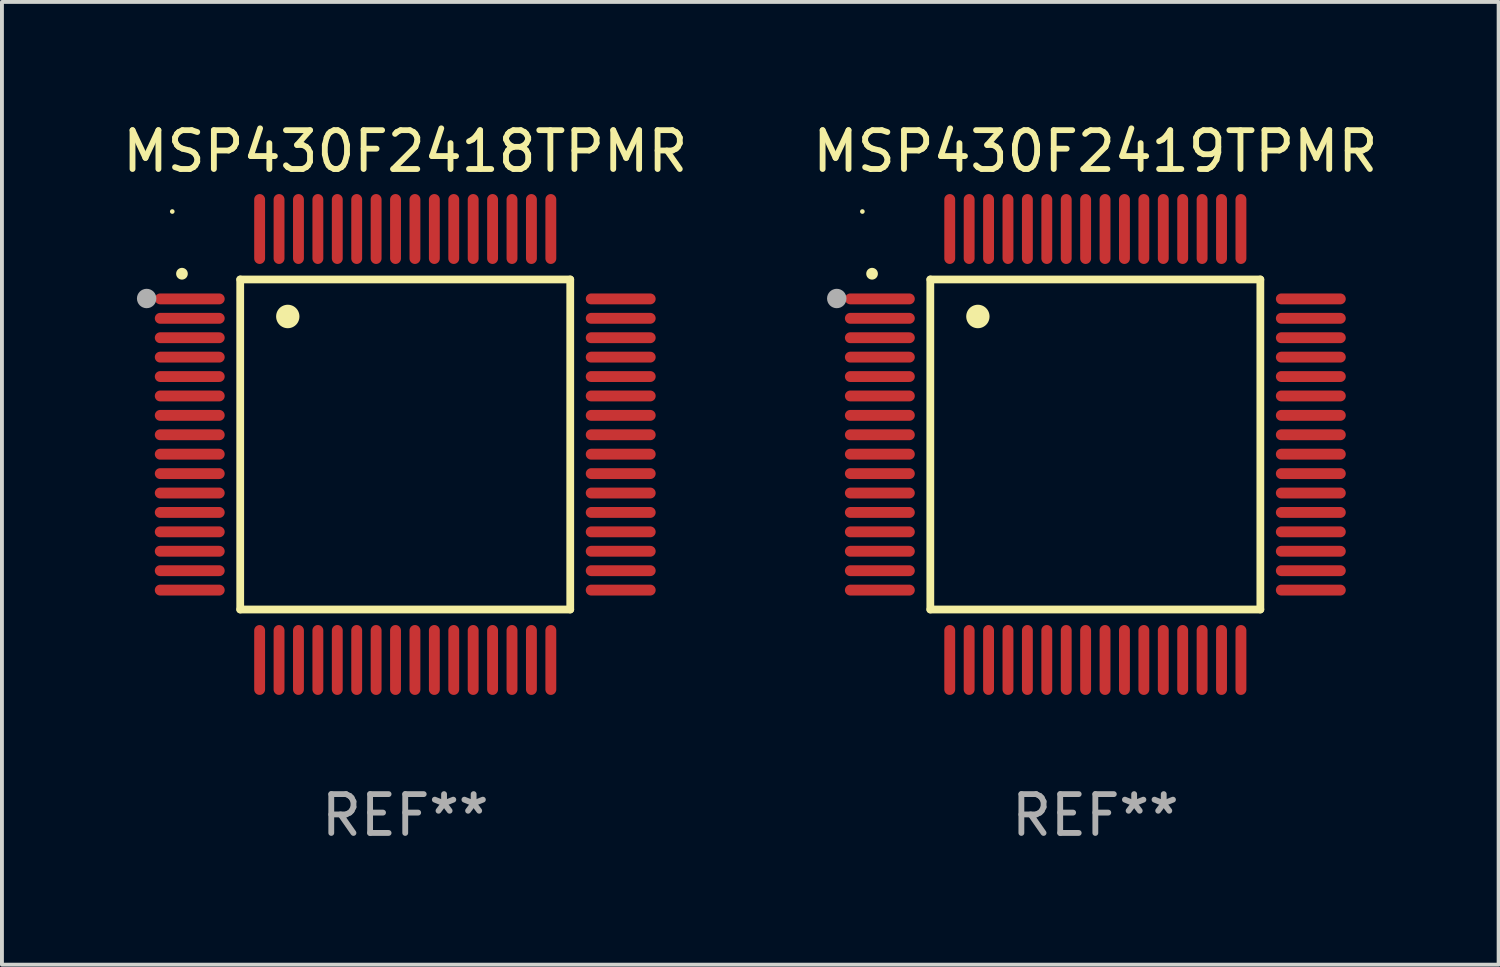
<source format=kicad_pcb>
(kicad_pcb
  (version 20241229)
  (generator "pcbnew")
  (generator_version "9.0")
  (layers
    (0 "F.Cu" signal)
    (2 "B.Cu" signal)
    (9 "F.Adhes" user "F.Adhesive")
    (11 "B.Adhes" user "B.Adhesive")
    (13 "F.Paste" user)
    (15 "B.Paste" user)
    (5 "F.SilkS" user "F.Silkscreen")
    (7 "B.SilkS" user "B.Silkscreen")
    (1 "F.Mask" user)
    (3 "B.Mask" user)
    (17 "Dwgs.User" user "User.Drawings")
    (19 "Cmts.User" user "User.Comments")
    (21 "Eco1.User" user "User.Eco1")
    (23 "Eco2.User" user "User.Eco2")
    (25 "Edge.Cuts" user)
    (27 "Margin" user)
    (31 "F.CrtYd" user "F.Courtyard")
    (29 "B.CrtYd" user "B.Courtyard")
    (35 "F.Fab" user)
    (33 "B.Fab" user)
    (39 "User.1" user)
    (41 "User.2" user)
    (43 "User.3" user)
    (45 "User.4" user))
  (footprint "MSP430F2419TPMR"
    (layer "F.Cu")
    (at 25.161 8.398)
    (property "Reference" "MSP430F2419TPMR" (at 0 -7.55 0) (layer "F.SilkS") (effects (font (size 1 1) (thickness 0.15))))
    (attr through_hole)
    (fp_line (start -4.25 -4.25) (end -4.25 4.25) (stroke (width 0.2) (type solid)) (layer "F.SilkS"))
    (fp_line (start -4.25 4.25) (end 4.25 4.25) (stroke (width 0.2) (type solid)) (layer "F.SilkS"))
    (fp_line (start 4.25 -4.25) (end -4.25 -4.25) (stroke (width 0.2) (type solid)) (layer "F.SilkS"))
    (fp_line (start 4.25 4.25) (end 4.25 -4.25) (stroke (width 0.2) (type solid)) (layer "F.SilkS"))
    (fp_arc (start -5.750572 -4.396749) (mid -5.750577 -4.398019) (end -5.750572 -4.399289) (stroke (width 0.3) (type solid)) (layer "F.SilkS"))
    (fp_arc (start -3.025146 -3.294387) (mid -3.025157 -3.296927) (end -3.025146 -3.299467) (stroke (width 0.6) (type solid)) (layer "F.SilkS"))
    (fp_circle (center -6 -6) (end -5.97 -6) (stroke (width 0.06) (type solid)) (fill no) (layer "F.SilkS"))
    (fp_circle (center -6.66 -3.76) (end -6.535 -3.76) (stroke (width 0.25) (type solid)) (fill no) (layer "F.Fab"))
    (fp_text user "REF**" (at 0 9.55 0) (layer "F.Fab") (effects (font (size 1 1) (thickness 0.15))))
    (pad "1" smd oval (at -5.55 -3.75) (size 1.8 0.28) (layers "F.Cu" "F.Mask" "F.Paste"))
    (pad "2" smd oval (at -5.55 -3.25) (size 1.8 0.28) (layers "F.Cu" "F.Mask" "F.Paste"))
    (pad "3" smd oval (at -5.55 -2.75) (size 1.8 0.28) (layers "F.Cu" "F.Mask" "F.Paste"))
    (pad "4" smd oval (at -5.55 -2.25) (size 1.8 0.28) (layers "F.Cu" "F.Mask" "F.Paste"))
    (pad "5" smd oval (at -5.55 -1.75) (size 1.8 0.28) (layers "F.Cu" "F.Mask" "F.Paste"))
    (pad "6" smd oval (at -5.55 -1.25) (size 1.8 0.28) (layers "F.Cu" "F.Mask" "F.Paste"))
    (pad "7" smd oval (at -5.55 -0.75) (size 1.8 0.28) (layers "F.Cu" "F.Mask" "F.Paste"))
    (pad "8" smd oval (at -5.55 -0.25) (size 1.8 0.28) (layers "F.Cu" "F.Mask" "F.Paste"))
    (pad "9" smd oval (at -5.55 0.25) (size 1.8 0.28) (layers "F.Cu" "F.Mask" "F.Paste"))
    (pad "10" smd oval (at -5.55 0.75) (size 1.8 0.28) (layers "F.Cu" "F.Mask" "F.Paste"))
    (pad "11" smd oval (at -5.55 1.25) (size 1.8 0.28) (layers "F.Cu" "F.Mask" "F.Paste"))
    (pad "12" smd oval (at -5.55 1.75) (size 1.8 0.28) (layers "F.Cu" "F.Mask" "F.Paste"))
    (pad "13" smd oval (at -5.55 2.25) (size 1.8 0.28) (layers "F.Cu" "F.Mask" "F.Paste"))
    (pad "14" smd oval (at -5.55 2.75) (size 1.8 0.28) (layers "F.Cu" "F.Mask" "F.Paste"))
    (pad "15" smd oval (at -5.55 3.25) (size 1.8 0.28) (layers "F.Cu" "F.Mask" "F.Paste"))
    (pad "16" smd oval (at -5.55 3.75) (size 1.8 0.28) (layers "F.Cu" "F.Mask" "F.Paste"))
    (pad "17" smd oval (at -3.75 5.55) (size 0.28 1.8) (layers "F.Cu" "F.Mask" "F.Paste"))
    (pad "18" smd oval (at -3.25 5.55) (size 0.28 1.8) (layers "F.Cu" "F.Mask" "F.Paste"))
    (pad "19" smd oval (at -2.75 5.55) (size 0.28 1.8) (layers "F.Cu" "F.Mask" "F.Paste"))
    (pad "20" smd oval (at -2.25 5.55) (size 0.28 1.8) (layers "F.Cu" "F.Mask" "F.Paste"))
    (pad "21" smd oval (at -1.75 5.55) (size 0.28 1.8) (layers "F.Cu" "F.Mask" "F.Paste"))
    (pad "22" smd oval (at -1.25 5.55) (size 0.28 1.8) (layers "F.Cu" "F.Mask" "F.Paste"))
    (pad "23" smd oval (at -0.75 5.55) (size 0.28 1.8) (layers "F.Cu" "F.Mask" "F.Paste"))
    (pad "24" smd oval (at -0.25 5.55) (size 0.28 1.8) (layers "F.Cu" "F.Mask" "F.Paste"))
    (pad "25" smd oval (at 0.25 5.55) (size 0.28 1.8) (layers "F.Cu" "F.Mask" "F.Paste"))
    (pad "26" smd oval (at 0.75 5.55) (size 0.28 1.8) (layers "F.Cu" "F.Mask" "F.Paste"))
    (pad "27" smd oval (at 1.25 5.55) (size 0.28 1.8) (layers "F.Cu" "F.Mask" "F.Paste"))
    (pad "28" smd oval (at 1.75 5.55) (size 0.28 1.8) (layers "F.Cu" "F.Mask" "F.Paste"))
    (pad "29" smd oval (at 2.25 5.55) (size 0.28 1.8) (layers "F.Cu" "F.Mask" "F.Paste"))
    (pad "30" smd oval (at 2.75 5.55) (size 0.28 1.8) (layers "F.Cu" "F.Mask" "F.Paste"))
    (pad "31" smd oval (at 3.25 5.55) (size 0.28 1.8) (layers "F.Cu" "F.Mask" "F.Paste"))
    (pad "32" smd oval (at 3.75 5.55) (size 0.28 1.8) (layers "F.Cu" "F.Mask" "F.Paste"))
    (pad "33" smd oval (at 5.55 3.75) (size 1.8 0.28) (layers "F.Cu" "F.Mask" "F.Paste"))
    (pad "34" smd oval (at 5.55 3.25) (size 1.8 0.28) (layers "F.Cu" "F.Mask" "F.Paste"))
    (pad "35" smd oval (at 5.55 2.75) (size 1.8 0.28) (layers "F.Cu" "F.Mask" "F.Paste"))
    (pad "36" smd oval (at 5.55 2.25) (size 1.8 0.28) (layers "F.Cu" "F.Mask" "F.Paste"))
    (pad "37" smd oval (at 5.55 1.75) (size 1.8 0.28) (layers "F.Cu" "F.Mask" "F.Paste"))
    (pad "38" smd oval (at 5.55 1.25) (size 1.8 0.28) (layers "F.Cu" "F.Mask" "F.Paste"))
    (pad "39" smd oval (at 5.55 0.75) (size 1.8 0.28) (layers "F.Cu" "F.Mask" "F.Paste"))
    (pad "40" smd oval (at 5.55 0.25) (size 1.8 0.28) (layers "F.Cu" "F.Mask" "F.Paste"))
    (pad "41" smd oval (at 5.55 -0.25) (size 1.8 0.28) (layers "F.Cu" "F.Mask" "F.Paste"))
    (pad "42" smd oval (at 5.55 -0.75) (size 1.8 0.28) (layers "F.Cu" "F.Mask" "F.Paste"))
    (pad "43" smd oval (at 5.55 -1.25) (size 1.8 0.28) (layers "F.Cu" "F.Mask" "F.Paste"))
    (pad "44" smd oval (at 5.55 -1.75) (size 1.8 0.28) (layers "F.Cu" "F.Mask" "F.Paste"))
    (pad "45" smd oval (at 5.55 -2.25) (size 1.8 0.28) (layers "F.Cu" "F.Mask" "F.Paste"))
    (pad "46" smd oval (at 5.55 -2.75) (size 1.8 0.28) (layers "F.Cu" "F.Mask" "F.Paste"))
    (pad "47" smd oval (at 5.55 -3.25) (size 1.8 0.28) (layers "F.Cu" "F.Mask" "F.Paste"))
    (pad "48" smd oval (at 5.55 -3.75) (size 1.8 0.28) (layers "F.Cu" "F.Mask" "F.Paste"))
    (pad "49" smd oval (at 3.75 -5.55) (size 0.28 1.8) (layers "F.Cu" "F.Mask" "F.Paste"))
    (pad "50" smd oval (at 3.25 -5.55) (size 0.28 1.8) (layers "F.Cu" "F.Mask" "F.Paste"))
    (pad "51" smd oval (at 2.75 -5.55) (size 0.28 1.8) (layers "F.Cu" "F.Mask" "F.Paste"))
    (pad "52" smd oval (at 2.25 -5.55) (size 0.28 1.8) (layers "F.Cu" "F.Mask" "F.Paste"))
    (pad "53" smd oval (at 1.75 -5.55) (size 0.28 1.8) (layers "F.Cu" "F.Mask" "F.Paste"))
    (pad "54" smd oval (at 1.25 -5.55) (size 0.28 1.8) (layers "F.Cu" "F.Mask" "F.Paste"))
    (pad "55" smd oval (at 0.75 -5.55) (size 0.28 1.8) (layers "F.Cu" "F.Mask" "F.Paste"))
    (pad "56" smd oval (at 0.25 -5.55) (size 0.28 1.8) (layers "F.Cu" "F.Mask" "F.Paste"))
    (pad "57" smd oval (at -0.25 -5.55) (size 0.28 1.8) (layers "F.Cu" "F.Mask" "F.Paste"))
    (pad "58" smd oval (at -0.75 -5.55) (size 0.28 1.8) (layers "F.Cu" "F.Mask" "F.Paste"))
    (pad "59" smd oval (at -1.25 -5.55) (size 0.28 1.8) (layers "F.Cu" "F.Mask" "F.Paste"))
    (pad "60" smd oval (at -1.75 -5.55) (size 0.28 1.8) (layers "F.Cu" "F.Mask" "F.Paste"))
    (pad "61" smd oval (at -2.25 -5.55) (size 0.28 1.8) (layers "F.Cu" "F.Mask" "F.Paste"))
    (pad "62" smd oval (at -2.75 -5.55) (size 0.28 1.8) (layers "F.Cu" "F.Mask" "F.Paste"))
    (pad "63" smd oval (at -3.25 -5.55) (size 0.28 1.8) (layers "F.Cu" "F.Mask" "F.Paste"))
    (pad "64" smd oval (at -3.75 -5.55) (size 0.28 1.8) (layers "F.Cu" "F.Mask" "F.Paste")))
  (footprint "MSP430F2418TPMR"
    (layer "F.Cu")
    (at 7.387 8.398)
    (property "Reference" "MSP430F2418TPMR" (at 0 -7.55 0) (layer "F.SilkS") (effects (font (size 1 1) (thickness 0.15))))
    (attr through_hole)
    (fp_line (start -4.25 -4.25) (end -4.25 4.25) (stroke (width 0.2) (type solid)) (layer "F.SilkS"))
    (fp_line (start -4.25 4.25) (end 4.25 4.25) (stroke (width 0.2) (type solid)) (layer "F.SilkS"))
    (fp_line (start 4.25 -4.25) (end -4.25 -4.25) (stroke (width 0.2) (type solid)) (layer "F.SilkS"))
    (fp_line (start 4.25 4.25) (end 4.25 -4.25) (stroke (width 0.2) (type solid)) (layer "F.SilkS"))
    (fp_arc (start -5.750572 -4.396749) (mid -5.750577 -4.398019) (end -5.750572 -4.399289) (stroke (width 0.3) (type solid)) (layer "F.SilkS"))
    (fp_arc (start -3.025146 -3.294387) (mid -3.025157 -3.296927) (end -3.025146 -3.299467) (stroke (width 0.6) (type solid)) (layer "F.SilkS"))
    (fp_circle (center -6 -6) (end -5.97 -6) (stroke (width 0.06) (type solid)) (fill no) (layer "F.SilkS"))
    (fp_circle (center -6.66 -3.76) (end -6.535 -3.76) (stroke (width 0.25) (type solid)) (fill no) (layer "F.Fab"))
    (fp_text user "REF**" (at 0 9.55 0) (layer "F.Fab") (effects (font (size 1 1) (thickness 0.15))))
    (pad "1" smd oval (at -5.55 -3.75) (size 1.8 0.28) (layers "F.Cu" "F.Mask" "F.Paste"))
    (pad "2" smd oval (at -5.55 -3.25) (size 1.8 0.28) (layers "F.Cu" "F.Mask" "F.Paste"))
    (pad "3" smd oval (at -5.55 -2.75) (size 1.8 0.28) (layers "F.Cu" "F.Mask" "F.Paste"))
    (pad "4" smd oval (at -5.55 -2.25) (size 1.8 0.28) (layers "F.Cu" "F.Mask" "F.Paste"))
    (pad "5" smd oval (at -5.55 -1.75) (size 1.8 0.28) (layers "F.Cu" "F.Mask" "F.Paste"))
    (pad "6" smd oval (at -5.55 -1.25) (size 1.8 0.28) (layers "F.Cu" "F.Mask" "F.Paste"))
    (pad "7" smd oval (at -5.55 -0.75) (size 1.8 0.28) (layers "F.Cu" "F.Mask" "F.Paste"))
    (pad "8" smd oval (at -5.55 -0.25) (size 1.8 0.28) (layers "F.Cu" "F.Mask" "F.Paste"))
    (pad "9" smd oval (at -5.55 0.25) (size 1.8 0.28) (layers "F.Cu" "F.Mask" "F.Paste"))
    (pad "10" smd oval (at -5.55 0.75) (size 1.8 0.28) (layers "F.Cu" "F.Mask" "F.Paste"))
    (pad "11" smd oval (at -5.55 1.25) (size 1.8 0.28) (layers "F.Cu" "F.Mask" "F.Paste"))
    (pad "12" smd oval (at -5.55 1.75) (size 1.8 0.28) (layers "F.Cu" "F.Mask" "F.Paste"))
    (pad "13" smd oval (at -5.55 2.25) (size 1.8 0.28) (layers "F.Cu" "F.Mask" "F.Paste"))
    (pad "14" smd oval (at -5.55 2.75) (size 1.8 0.28) (layers "F.Cu" "F.Mask" "F.Paste"))
    (pad "15" smd oval (at -5.55 3.25) (size 1.8 0.28) (layers "F.Cu" "F.Mask" "F.Paste"))
    (pad "16" smd oval (at -5.55 3.75) (size 1.8 0.28) (layers "F.Cu" "F.Mask" "F.Paste"))
    (pad "17" smd oval (at -3.75 5.55) (size 0.28 1.8) (layers "F.Cu" "F.Mask" "F.Paste"))
    (pad "18" smd oval (at -3.25 5.55) (size 0.28 1.8) (layers "F.Cu" "F.Mask" "F.Paste"))
    (pad "19" smd oval (at -2.75 5.55) (size 0.28 1.8) (layers "F.Cu" "F.Mask" "F.Paste"))
    (pad "20" smd oval (at -2.25 5.55) (size 0.28 1.8) (layers "F.Cu" "F.Mask" "F.Paste"))
    (pad "21" smd oval (at -1.75 5.55) (size 0.28 1.8) (layers "F.Cu" "F.Mask" "F.Paste"))
    (pad "22" smd oval (at -1.25 5.55) (size 0.28 1.8) (layers "F.Cu" "F.Mask" "F.Paste"))
    (pad "23" smd oval (at -0.75 5.55) (size 0.28 1.8) (layers "F.Cu" "F.Mask" "F.Paste"))
    (pad "24" smd oval (at -0.25 5.55) (size 0.28 1.8) (layers "F.Cu" "F.Mask" "F.Paste"))
    (pad "25" smd oval (at 0.25 5.55) (size 0.28 1.8) (layers "F.Cu" "F.Mask" "F.Paste"))
    (pad "26" smd oval (at 0.75 5.55) (size 0.28 1.8) (layers "F.Cu" "F.Mask" "F.Paste"))
    (pad "27" smd oval (at 1.25 5.55) (size 0.28 1.8) (layers "F.Cu" "F.Mask" "F.Paste"))
    (pad "28" smd oval (at 1.75 5.55) (size 0.28 1.8) (layers "F.Cu" "F.Mask" "F.Paste"))
    (pad "29" smd oval (at 2.25 5.55) (size 0.28 1.8) (layers "F.Cu" "F.Mask" "F.Paste"))
    (pad "30" smd oval (at 2.75 5.55) (size 0.28 1.8) (layers "F.Cu" "F.Mask" "F.Paste"))
    (pad "31" smd oval (at 3.25 5.55) (size 0.28 1.8) (layers "F.Cu" "F.Mask" "F.Paste"))
    (pad "32" smd oval (at 3.75 5.55) (size 0.28 1.8) (layers "F.Cu" "F.Mask" "F.Paste"))
    (pad "33" smd oval (at 5.55 3.75) (size 1.8 0.28) (layers "F.Cu" "F.Mask" "F.Paste"))
    (pad "34" smd oval (at 5.55 3.25) (size 1.8 0.28) (layers "F.Cu" "F.Mask" "F.Paste"))
    (pad "35" smd oval (at 5.55 2.75) (size 1.8 0.28) (layers "F.Cu" "F.Mask" "F.Paste"))
    (pad "36" smd oval (at 5.55 2.25) (size 1.8 0.28) (layers "F.Cu" "F.Mask" "F.Paste"))
    (pad "37" smd oval (at 5.55 1.75) (size 1.8 0.28) (layers "F.Cu" "F.Mask" "F.Paste"))
    (pad "38" smd oval (at 5.55 1.25) (size 1.8 0.28) (layers "F.Cu" "F.Mask" "F.Paste"))
    (pad "39" smd oval (at 5.55 0.75) (size 1.8 0.28) (layers "F.Cu" "F.Mask" "F.Paste"))
    (pad "40" smd oval (at 5.55 0.25) (size 1.8 0.28) (layers "F.Cu" "F.Mask" "F.Paste"))
    (pad "41" smd oval (at 5.55 -0.25) (size 1.8 0.28) (layers "F.Cu" "F.Mask" "F.Paste"))
    (pad "42" smd oval (at 5.55 -0.75) (size 1.8 0.28) (layers "F.Cu" "F.Mask" "F.Paste"))
    (pad "43" smd oval (at 5.55 -1.25) (size 1.8 0.28) (layers "F.Cu" "F.Mask" "F.Paste"))
    (pad "44" smd oval (at 5.55 -1.75) (size 1.8 0.28) (layers "F.Cu" "F.Mask" "F.Paste"))
    (pad "45" smd oval (at 5.55 -2.25) (size 1.8 0.28) (layers "F.Cu" "F.Mask" "F.Paste"))
    (pad "46" smd oval (at 5.55 -2.75) (size 1.8 0.28) (layers "F.Cu" "F.Mask" "F.Paste"))
    (pad "47" smd oval (at 5.55 -3.25) (size 1.8 0.28) (layers "F.Cu" "F.Mask" "F.Paste"))
    (pad "48" smd oval (at 5.55 -3.75) (size 1.8 0.28) (layers "F.Cu" "F.Mask" "F.Paste"))
    (pad "49" smd oval (at 3.75 -5.55) (size 0.28 1.8) (layers "F.Cu" "F.Mask" "F.Paste"))
    (pad "50" smd oval (at 3.25 -5.55) (size 0.28 1.8) (layers "F.Cu" "F.Mask" "F.Paste"))
    (pad "51" smd oval (at 2.75 -5.55) (size 0.28 1.8) (layers "F.Cu" "F.Mask" "F.Paste"))
    (pad "52" smd oval (at 2.25 -5.55) (size 0.28 1.8) (layers "F.Cu" "F.Mask" "F.Paste"))
    (pad "53" smd oval (at 1.75 -5.55) (size 0.28 1.8) (layers "F.Cu" "F.Mask" "F.Paste"))
    (pad "54" smd oval (at 1.25 -5.55) (size 0.28 1.8) (layers "F.Cu" "F.Mask" "F.Paste"))
    (pad "55" smd oval (at 0.75 -5.55) (size 0.28 1.8) (layers "F.Cu" "F.Mask" "F.Paste"))
    (pad "56" smd oval (at 0.25 -5.55) (size 0.28 1.8) (layers "F.Cu" "F.Mask" "F.Paste"))
    (pad "57" smd oval (at -0.25 -5.55) (size 0.28 1.8) (layers "F.Cu" "F.Mask" "F.Paste"))
    (pad "58" smd oval (at -0.75 -5.55) (size 0.28 1.8) (layers "F.Cu" "F.Mask" "F.Paste"))
    (pad "59" smd oval (at -1.25 -5.55) (size 0.28 1.8) (layers "F.Cu" "F.Mask" "F.Paste"))
    (pad "60" smd oval (at -1.75 -5.55) (size 0.28 1.8) (layers "F.Cu" "F.Mask" "F.Paste"))
    (pad "61" smd oval (at -2.25 -5.55) (size 0.28 1.8) (layers "F.Cu" "F.Mask" "F.Paste"))
    (pad "62" smd oval (at -2.75 -5.55) (size 0.28 1.8) (layers "F.Cu" "F.Mask" "F.Paste"))
    (pad "63" smd oval (at -3.25 -5.55) (size 0.28 1.8) (layers "F.Cu" "F.Mask" "F.Paste"))
    (pad "64" smd oval (at -3.75 -5.55) (size 0.28 1.8) (layers "F.Cu" "F.Mask" "F.Paste")))
  (gr_rect
    (start -3 -3)
    (end 35.548 21.796)
    (stroke (width 0.1) (type default))
    (fill no)
    (layer "Edge.Cuts")))
</source>
